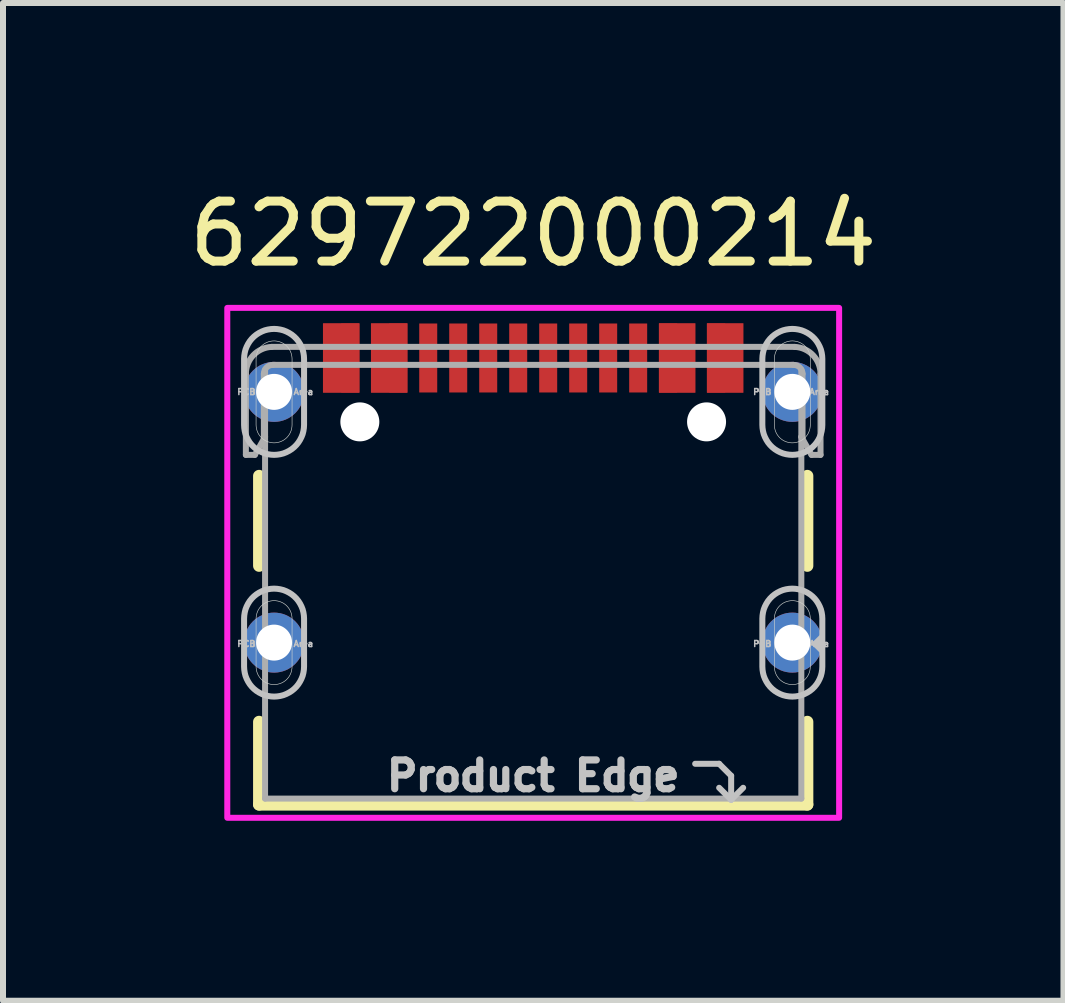
<source format=kicad_pcb>
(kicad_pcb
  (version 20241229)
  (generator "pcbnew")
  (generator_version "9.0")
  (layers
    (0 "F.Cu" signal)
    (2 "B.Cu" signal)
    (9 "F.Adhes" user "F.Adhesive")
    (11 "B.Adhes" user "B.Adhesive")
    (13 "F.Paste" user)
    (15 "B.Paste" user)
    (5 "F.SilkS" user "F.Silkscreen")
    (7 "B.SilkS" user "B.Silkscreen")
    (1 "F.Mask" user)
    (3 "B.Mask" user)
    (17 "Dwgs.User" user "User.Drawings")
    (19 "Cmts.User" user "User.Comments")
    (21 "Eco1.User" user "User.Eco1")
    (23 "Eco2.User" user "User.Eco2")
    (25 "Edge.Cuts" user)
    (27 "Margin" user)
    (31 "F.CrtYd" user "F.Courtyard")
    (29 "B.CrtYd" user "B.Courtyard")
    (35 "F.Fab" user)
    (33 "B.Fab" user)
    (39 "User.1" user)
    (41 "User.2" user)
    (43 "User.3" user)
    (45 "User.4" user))
  (footprint "629722000214"
    (layer "F.Cu")
    (at 5.839 7.663)
    (property "Reference" "629722000214" (at 0 -6.815 0) (layer "F.SilkS") (effects (font (size 1 1) (thickness 0.15))))
    (attr smd)
    (fp_poly (pts (xy -3.6 -5.42) (xy -3.6 -4.07) (xy -2.8 -4.07) (xy -2.8 -5.42)) (stroke (width 0.01) (type solid)) (fill yes) (layer "F.Mask"))
    (fp_poly (pts (xy -2.8 -5.42) (xy -2.8 -4.07) (xy -2 -4.07) (xy -2 -5.42)) (stroke (width 0.01) (type solid)) (fill yes) (layer "F.Mask"))
    (fp_poly (pts (xy 2 -5.42) (xy 2 -4.07) (xy 2.8 -4.07) (xy 2.8 -5.42)) (stroke (width 0.01) (type solid)) (fill yes) (layer "F.Mask"))
    (fp_poly (pts (xy 2.8 -5.42) (xy 2.8 -4.07) (xy 3.6 -4.07) (xy 3.6 -5.42)) (stroke (width 0.01) (type solid)) (fill yes) (layer "F.Mask"))
    (fp_poly (pts (xy -3.72 -3.63) (xy -3.723 -3.567) (xy -3.733 -3.505) (xy -3.749 -3.445) (xy -3.772 -3.386) (xy -3.8 -3.33) (xy -3.835 -3.277) (xy -3.874 -3.229) (xy -3.919 -3.184) (xy -3.967 -3.145) (xy -4.02 -3.11) (xy -4.076 -3.082) (xy -4.135 -3.059) (xy -4.195 -3.043) (xy -4.257 -3.033) (xy -4.32 -3.03) (xy -4.383 -3.033) (xy -4.445 -3.043) (xy -4.505 -3.059) (xy -4.564 -3.082) (xy -4.62 -3.11) (xy -4.673 -3.145) (xy -4.721 -3.184) (xy -4.766 -3.229) (xy -4.805 -3.277) (xy -4.84 -3.33) (xy -4.868 -3.386) (xy -4.891 -3.445) (xy -4.907 -3.505) (xy -4.917 -3.567) (xy -4.92 -3.63) (xy -4.92 -4.73) (xy -4.917 -4.793) (xy -4.907 -4.855) (xy -4.891 -4.915) (xy -4.868 -4.974) (xy -4.84 -5.03) (xy -4.805 -5.083) (xy -4.766 -5.131) (xy -4.721 -5.176) (xy -4.673 -5.215) (xy -4.62 -5.25) (xy -4.564 -5.278) (xy -4.505 -5.301) (xy -4.445 -5.317) (xy -4.383 -5.327) (xy -4.32 -5.33) (xy -4.257 -5.327) (xy -4.195 -5.317) (xy -4.135 -5.301) (xy -4.076 -5.278) (xy -4.02 -5.25) (xy -3.967 -5.215) (xy -3.919 -5.176) (xy -3.874 -5.131) (xy -3.835 -5.083) (xy -3.8 -5.03) (xy -3.772 -4.974) (xy -3.749 -4.915) (xy -3.733 -4.855) (xy -3.723 -4.793) (xy -3.72 -4.73) (xy -3.72 -3.63)) (stroke (width 0.1) (type solid)) (fill yes) (layer "F.Mask"))
    (fp_poly (pts (xy -3.72 0.4) (xy -3.723 0.463) (xy -3.733 0.525) (xy -3.749 0.585) (xy -3.772 0.644) (xy -3.8 0.7) (xy -3.835 0.753) (xy -3.874 0.801) (xy -3.919 0.846) (xy -3.967 0.885) (xy -4.02 0.92) (xy -4.076 0.948) (xy -4.135 0.971) (xy -4.195 0.987) (xy -4.257 0.997) (xy -4.32 1) (xy -4.383 0.997) (xy -4.445 0.987) (xy -4.505 0.971) (xy -4.564 0.948) (xy -4.62 0.92) (xy -4.673 0.885) (xy -4.721 0.846) (xy -4.766 0.801) (xy -4.805 0.753) (xy -4.84 0.7) (xy -4.868 0.644) (xy -4.891 0.585) (xy -4.907 0.525) (xy -4.917 0.463) (xy -4.92 0.4) (xy -4.92 -0.4) (xy -4.917 -0.463) (xy -4.907 -0.525) (xy -4.891 -0.585) (xy -4.868 -0.644) (xy -4.84 -0.7) (xy -4.805 -0.753) (xy -4.766 -0.801) (xy -4.721 -0.846) (xy -4.673 -0.885) (xy -4.62 -0.92) (xy -4.564 -0.948) (xy -4.505 -0.971) (xy -4.445 -0.987) (xy -4.383 -0.997) (xy -4.32 -1) (xy -4.257 -0.997) (xy -4.195 -0.987) (xy -4.135 -0.971) (xy -4.076 -0.948) (xy -4.02 -0.92) (xy -3.967 -0.885) (xy -3.919 -0.846) (xy -3.874 -0.801) (xy -3.835 -0.753) (xy -3.8 -0.7) (xy -3.772 -0.644) (xy -3.749 -0.585) (xy -3.733 -0.525) (xy -3.723 -0.463) (xy -3.72 -0.4) (xy -3.72 0.4)) (stroke (width 0.1) (type solid)) (fill yes) (layer "F.Mask"))
    (fp_poly (pts (xy 3.72 -3.63) (xy 3.723 -3.567) (xy 3.733 -3.505) (xy 3.749 -3.445) (xy 3.772 -3.386) (xy 3.8 -3.33) (xy 3.835 -3.277) (xy 3.874 -3.229) (xy 3.919 -3.184) (xy 3.967 -3.145) (xy 4.02 -3.11) (xy 4.076 -3.082) (xy 4.135 -3.059) (xy 4.195 -3.043) (xy 4.257 -3.033) (xy 4.32 -3.03) (xy 4.383 -3.033) (xy 4.445 -3.043) (xy 4.505 -3.059) (xy 4.564 -3.082) (xy 4.62 -3.11) (xy 4.673 -3.145) (xy 4.721 -3.184) (xy 4.766 -3.229) (xy 4.805 -3.277) (xy 4.84 -3.33) (xy 4.868 -3.386) (xy 4.891 -3.445) (xy 4.907 -3.505) (xy 4.917 -3.567) (xy 4.92 -3.63) (xy 4.92 -4.73) (xy 4.917 -4.793) (xy 4.907 -4.855) (xy 4.891 -4.915) (xy 4.868 -4.974) (xy 4.84 -5.03) (xy 4.805 -5.083) (xy 4.766 -5.131) (xy 4.721 -5.176) (xy 4.673 -5.215) (xy 4.62 -5.25) (xy 4.564 -5.278) (xy 4.505 -5.301) (xy 4.445 -5.317) (xy 4.383 -5.327) (xy 4.32 -5.33) (xy 4.257 -5.327) (xy 4.195 -5.317) (xy 4.135 -5.301) (xy 4.076 -5.278) (xy 4.02 -5.25) (xy 3.967 -5.215) (xy 3.919 -5.176) (xy 3.874 -5.131) (xy 3.835 -5.083) (xy 3.8 -5.03) (xy 3.772 -4.974) (xy 3.749 -4.915) (xy 3.733 -4.855) (xy 3.723 -4.793) (xy 3.72 -4.73) (xy 3.72 -3.63)) (stroke (width 0.1) (type solid)) (fill yes) (layer "F.Mask"))
    (fp_poly (pts (xy 3.72 0.4) (xy 3.723 0.463) (xy 3.733 0.525) (xy 3.749 0.585) (xy 3.772 0.644) (xy 3.8 0.7) (xy 3.835 0.753) (xy 3.874 0.801) (xy 3.919 0.846) (xy 3.967 0.885) (xy 4.02 0.92) (xy 4.076 0.948) (xy 4.135 0.971) (xy 4.195 0.987) (xy 4.257 0.997) (xy 4.32 1) (xy 4.383 0.997) (xy 4.445 0.987) (xy 4.505 0.971) (xy 4.564 0.948) (xy 4.62 0.92) (xy 4.673 0.885) (xy 4.721 0.846) (xy 4.766 0.801) (xy 4.805 0.753) (xy 4.84 0.7) (xy 4.868 0.644) (xy 4.891 0.585) (xy 4.907 0.525) (xy 4.917 0.463) (xy 4.92 0.4) (xy 4.92 -0.4) (xy 4.917 -0.463) (xy 4.907 -0.525) (xy 4.891 -0.585) (xy 4.868 -0.644) (xy 4.84 -0.7) (xy 4.805 -0.753) (xy 4.766 -0.801) (xy 4.721 -0.846) (xy 4.673 -0.885) (xy 4.62 -0.92) (xy 4.564 -0.948) (xy 4.505 -0.971) (xy 4.445 -0.987) (xy 4.383 -0.997) (xy 4.32 -1) (xy 4.257 -0.997) (xy 4.195 -0.987) (xy 4.135 -0.971) (xy 4.076 -0.948) (xy 4.02 -0.92) (xy 3.967 -0.885) (xy 3.919 -0.846) (xy 3.874 -0.801) (xy 3.835 -0.753) (xy 3.8 -0.7) (xy 3.772 -0.644) (xy 3.749 -0.585) (xy 3.733 -0.525) (xy 3.723 -0.463) (xy 3.72 -0.4) (xy 3.72 0.4)) (stroke (width 0.1) (type solid)) (fill yes) (layer "F.Mask"))
    (fp_poly (pts (xy -3.72 -3.63) (xy -3.723 -3.567) (xy -3.733 -3.505) (xy -3.749 -3.445) (xy -3.772 -3.386) (xy -3.8 -3.33) (xy -3.835 -3.277) (xy -3.874 -3.229) (xy -3.919 -3.184) (xy -3.967 -3.145) (xy -4.02 -3.11) (xy -4.076 -3.082) (xy -4.135 -3.059) (xy -4.195 -3.043) (xy -4.257 -3.033) (xy -4.32 -3.03) (xy -4.383 -3.033) (xy -4.445 -3.043) (xy -4.505 -3.059) (xy -4.564 -3.082) (xy -4.62 -3.11) (xy -4.673 -3.145) (xy -4.721 -3.184) (xy -4.766 -3.229) (xy -4.805 -3.277) (xy -4.84 -3.33) (xy -4.868 -3.386) (xy -4.891 -3.445) (xy -4.907 -3.505) (xy -4.917 -3.567) (xy -4.92 -3.63) (xy -4.92 -4.73) (xy -4.917 -4.793) (xy -4.907 -4.855) (xy -4.891 -4.915) (xy -4.868 -4.974) (xy -4.84 -5.03) (xy -4.805 -5.083) (xy -4.766 -5.131) (xy -4.721 -5.176) (xy -4.673 -5.215) (xy -4.62 -5.25) (xy -4.564 -5.278) (xy -4.505 -5.301) (xy -4.445 -5.317) (xy -4.383 -5.327) (xy -4.32 -5.33) (xy -4.257 -5.327) (xy -4.195 -5.317) (xy -4.135 -5.301) (xy -4.076 -5.278) (xy -4.02 -5.25) (xy -3.967 -5.215) (xy -3.919 -5.176) (xy -3.874 -5.131) (xy -3.835 -5.083) (xy -3.8 -5.03) (xy -3.772 -4.974) (xy -3.749 -4.915) (xy -3.733 -4.855) (xy -3.723 -4.793) (xy -3.72 -4.73) (xy -3.72 -3.63)) (stroke (width 0.1) (type solid)) (fill yes) (layer "B.Mask"))
    (fp_poly (pts (xy -3.72 0.4) (xy -3.723 0.463) (xy -3.733 0.525) (xy -3.749 0.585) (xy -3.772 0.644) (xy -3.8 0.7) (xy -3.835 0.753) (xy -3.874 0.801) (xy -3.919 0.846) (xy -3.967 0.885) (xy -4.02 0.92) (xy -4.076 0.948) (xy -4.135 0.971) (xy -4.195 0.987) (xy -4.257 0.997) (xy -4.32 1) (xy -4.383 0.997) (xy -4.445 0.987) (xy -4.505 0.971) (xy -4.564 0.948) (xy -4.62 0.92) (xy -4.673 0.885) (xy -4.721 0.846) (xy -4.766 0.801) (xy -4.805 0.753) (xy -4.84 0.7) (xy -4.868 0.644) (xy -4.891 0.585) (xy -4.907 0.525) (xy -4.917 0.463) (xy -4.92 0.4) (xy -4.92 -0.4) (xy -4.917 -0.463) (xy -4.907 -0.525) (xy -4.891 -0.585) (xy -4.868 -0.644) (xy -4.84 -0.7) (xy -4.805 -0.753) (xy -4.766 -0.801) (xy -4.721 -0.846) (xy -4.673 -0.885) (xy -4.62 -0.92) (xy -4.564 -0.948) (xy -4.505 -0.971) (xy -4.445 -0.987) (xy -4.383 -0.997) (xy -4.32 -1) (xy -4.257 -0.997) (xy -4.195 -0.987) (xy -4.135 -0.971) (xy -4.076 -0.948) (xy -4.02 -0.92) (xy -3.967 -0.885) (xy -3.919 -0.846) (xy -3.874 -0.801) (xy -3.835 -0.753) (xy -3.8 -0.7) (xy -3.772 -0.644) (xy -3.749 -0.585) (xy -3.733 -0.525) (xy -3.723 -0.463) (xy -3.72 -0.4) (xy -3.72 0.4)) (stroke (width 0.1) (type solid)) (fill yes) (layer "B.Mask"))
    (fp_poly (pts (xy 3.72 -3.63) (xy 3.723 -3.567) (xy 3.733 -3.505) (xy 3.749 -3.445) (xy 3.772 -3.386) (xy 3.8 -3.33) (xy 3.835 -3.277) (xy 3.874 -3.229) (xy 3.919 -3.184) (xy 3.967 -3.145) (xy 4.02 -3.11) (xy 4.076 -3.082) (xy 4.135 -3.059) (xy 4.195 -3.043) (xy 4.257 -3.033) (xy 4.32 -3.03) (xy 4.383 -3.033) (xy 4.445 -3.043) (xy 4.505 -3.059) (xy 4.564 -3.082) (xy 4.62 -3.11) (xy 4.673 -3.145) (xy 4.721 -3.184) (xy 4.766 -3.229) (xy 4.805 -3.277) (xy 4.84 -3.33) (xy 4.868 -3.386) (xy 4.891 -3.445) (xy 4.907 -3.505) (xy 4.917 -3.567) (xy 4.92 -3.63) (xy 4.92 -4.73) (xy 4.917 -4.793) (xy 4.907 -4.855) (xy 4.891 -4.915) (xy 4.868 -4.974) (xy 4.84 -5.03) (xy 4.805 -5.083) (xy 4.766 -5.131) (xy 4.721 -5.176) (xy 4.673 -5.215) (xy 4.62 -5.25) (xy 4.564 -5.278) (xy 4.505 -5.301) (xy 4.445 -5.317) (xy 4.383 -5.327) (xy 4.32 -5.33) (xy 4.257 -5.327) (xy 4.195 -5.317) (xy 4.135 -5.301) (xy 4.076 -5.278) (xy 4.02 -5.25) (xy 3.967 -5.215) (xy 3.919 -5.176) (xy 3.874 -5.131) (xy 3.835 -5.083) (xy 3.8 -5.03) (xy 3.772 -4.974) (xy 3.749 -4.915) (xy 3.733 -4.855) (xy 3.723 -4.793) (xy 3.72 -4.73) (xy 3.72 -3.63)) (stroke (width 0.1) (type solid)) (fill yes) (layer "B.Mask"))
    (fp_poly (pts (xy 3.72 0.4) (xy 3.723 0.463) (xy 3.733 0.525) (xy 3.749 0.585) (xy 3.772 0.644) (xy 3.8 0.7) (xy 3.835 0.753) (xy 3.874 0.801) (xy 3.919 0.846) (xy 3.967 0.885) (xy 4.02 0.92) (xy 4.076 0.948) (xy 4.135 0.971) (xy 4.195 0.987) (xy 4.257 0.997) (xy 4.32 1) (xy 4.383 0.997) (xy 4.445 0.987) (xy 4.505 0.971) (xy 4.564 0.948) (xy 4.62 0.92) (xy 4.673 0.885) (xy 4.721 0.846) (xy 4.766 0.801) (xy 4.805 0.753) (xy 4.84 0.7) (xy 4.868 0.644) (xy 4.891 0.585) (xy 4.907 0.525) (xy 4.917 0.463) (xy 4.92 0.4) (xy 4.92 -0.4) (xy 4.917 -0.463) (xy 4.907 -0.525) (xy 4.891 -0.585) (xy 4.868 -0.644) (xy 4.84 -0.7) (xy 4.805 -0.753) (xy 4.766 -0.801) (xy 4.721 -0.846) (xy 4.673 -0.885) (xy 4.62 -0.92) (xy 4.564 -0.948) (xy 4.505 -0.971) (xy 4.445 -0.987) (xy 4.383 -0.997) (xy 4.32 -1) (xy 4.257 -0.997) (xy 4.195 -0.987) (xy 4.135 -0.971) (xy 4.076 -0.948) (xy 4.02 -0.92) (xy 3.967 -0.885) (xy 3.919 -0.846) (xy 3.874 -0.801) (xy 3.835 -0.753) (xy 3.8 -0.7) (xy 3.772 -0.644) (xy 3.749 -0.585) (xy 3.733 -0.525) (xy 3.723 -0.463) (xy 3.72 -0.4) (xy 3.72 0.4)) (stroke (width 0.1) (type solid)) (fill yes) (layer "B.Mask"))
    (fp_line (start -4.57 -2.78) (end -4.57 -1.28) (stroke (width 0.2) (type solid)) (layer "F.SilkS"))
    (fp_line (start -4.57 1.32) (end -4.57 2.7) (stroke (width 0.2) (type solid)) (layer "F.SilkS"))
    (fp_line (start -4.57 2.7) (end 4.57 2.7) (stroke (width 0.2) (type solid)) (layer "F.SilkS"))
    (fp_line (start 4.57 -1.28) (end 4.57 -2.78) (stroke (width 0.2) (type solid)) (layer "F.SilkS"))
    (fp_line (start 4.57 2.7) (end 4.57 1.32) (stroke (width 0.2) (type solid)) (layer "F.SilkS"))
    (fp_poly (pts (xy -3.5 -5.32) (xy -3.5 -4.17) (xy -2.9 -4.17) (xy -2.9 -5.32)) (stroke (width 0.01) (type solid)) (fill yes) (layer "F.Paste"))
    (fp_poly (pts (xy -2.7 -5.32) (xy -2.7 -4.17) (xy -2.1 -4.17) (xy -2.1 -5.32)) (stroke (width 0.01) (type solid)) (fill yes) (layer "F.Paste"))
    (fp_poly (pts (xy 2.1 -5.32) (xy 2.1 -4.17) (xy 2.7 -4.17) (xy 2.7 -5.32)) (stroke (width 0.01) (type solid)) (fill yes) (layer "F.Paste"))
    (fp_poly (pts (xy 2.9 -5.32) (xy 2.9 -4.17) (xy 3.5 -4.17) (xy 3.5 -5.32)) (stroke (width 0.01) (type solid)) (fill yes) (layer "F.Paste"))
    (fp_line (start 2.7 2.02) (end 3.1 2.02) (stroke (width 0.1) (type solid)) (layer "Dwgs.User"))
    (fp_line (start 3.1 2.02) (end 3.3 2.22) (stroke (width 0.1) (type solid)) (layer "Dwgs.User"))
    (fp_line (start 3.3 2.22) (end 3.3 2.62) (stroke (width 0.1) (type solid)) (layer "Dwgs.User"))
    (fp_line (start 3.3 2.62) (end 3.1 2.42) (stroke (width 0.1) (type solid)) (layer "Dwgs.User"))
    (fp_line (start 3.3 2.62) (end 3.5 2.42) (stroke (width 0.1) (type solid)) (layer "Dwgs.User"))
    (fp_line (start 4.7 0.02) (end 4.8 -0.08) (stroke (width 0.1) (type solid)) (layer "Dwgs.User"))
    (fp_line (start 4.7 0.02) (end 4.8 0.12) (stroke (width 0.1) (type solid)) (layer "Dwgs.User"))
    (fp_poly (pts (xy -3.82 -3.63) (xy -3.823 -3.578) (xy -3.831 -3.526) (xy -3.844 -3.475) (xy -3.863 -3.427) (xy -3.887 -3.38) (xy -3.915 -3.336) (xy -3.948 -3.295) (xy -3.985 -3.258) (xy -4.026 -3.225) (xy -4.07 -3.197) (xy -4.117 -3.173) (xy -4.165 -3.154) (xy -4.216 -3.141) (xy -4.268 -3.133) (xy -4.32 -3.13) (xy -4.372 -3.133) (xy -4.424 -3.141) (xy -4.475 -3.154) (xy -4.523 -3.173) (xy -4.57 -3.197) (xy -4.614 -3.225) (xy -4.655 -3.258) (xy -4.692 -3.295) (xy -4.725 -3.336) (xy -4.753 -3.38) (xy -4.777 -3.427) (xy -4.796 -3.475) (xy -4.809 -3.526) (xy -4.817 -3.578) (xy -4.82 -3.63) (xy -4.82 -4.73) (xy -4.817 -4.782) (xy -4.809 -4.834) (xy -4.796 -4.885) (xy -4.777 -4.933) (xy -4.753 -4.98) (xy -4.725 -5.024) (xy -4.692 -5.065) (xy -4.655 -5.102) (xy -4.614 -5.135) (xy -4.57 -5.163) (xy -4.523 -5.187) (xy -4.475 -5.206) (xy -4.424 -5.219) (xy -4.372 -5.227) (xy -4.32 -5.23) (xy -4.268 -5.227) (xy -4.216 -5.219) (xy -4.165 -5.206) (xy -4.117 -5.187) (xy -4.07 -5.163) (xy -4.026 -5.135) (xy -3.985 -5.102) (xy -3.948 -5.065) (xy -3.915 -5.024) (xy -3.887 -4.98) (xy -3.863 -4.933) (xy -3.844 -4.885) (xy -3.831 -4.834) (xy -3.823 -4.782) (xy -3.82 -4.73) (xy -3.82 -3.63)) (stroke (width 0.1) (type solid)) (fill no) (layer "Dwgs.User"))
    (fp_poly (pts (xy -3.82 0.4) (xy -3.823 0.452) (xy -3.831 0.504) (xy -3.844 0.555) (xy -3.863 0.603) (xy -3.887 0.65) (xy -3.915 0.694) (xy -3.948 0.735) (xy -3.985 0.772) (xy -4.026 0.805) (xy -4.07 0.833) (xy -4.117 0.857) (xy -4.165 0.876) (xy -4.216 0.889) (xy -4.268 0.897) (xy -4.32 0.9) (xy -4.372 0.897) (xy -4.424 0.889) (xy -4.475 0.876) (xy -4.523 0.857) (xy -4.57 0.833) (xy -4.614 0.805) (xy -4.655 0.772) (xy -4.692 0.735) (xy -4.725 0.694) (xy -4.753 0.65) (xy -4.777 0.603) (xy -4.796 0.555) (xy -4.809 0.504) (xy -4.817 0.452) (xy -4.82 0.4) (xy -4.82 -0.4) (xy -4.817 -0.452) (xy -4.809 -0.504) (xy -4.796 -0.555) (xy -4.777 -0.603) (xy -4.753 -0.65) (xy -4.725 -0.694) (xy -4.692 -0.735) (xy -4.655 -0.772) (xy -4.614 -0.805) (xy -4.57 -0.833) (xy -4.523 -0.857) (xy -4.475 -0.876) (xy -4.424 -0.889) (xy -4.372 -0.897) (xy -4.32 -0.9) (xy -4.268 -0.897) (xy -4.216 -0.889) (xy -4.165 -0.876) (xy -4.117 -0.857) (xy -4.07 -0.833) (xy -4.026 -0.805) (xy -3.985 -0.772) (xy -3.948 -0.735) (xy -3.915 -0.694) (xy -3.887 -0.65) (xy -3.863 -0.603) (xy -3.844 -0.555) (xy -3.831 -0.504) (xy -3.823 -0.452) (xy -3.82 -0.4) (xy -3.82 0.4)) (stroke (width 0.1) (type solid)) (fill no) (layer "Dwgs.User"))
    (fp_poly (pts (xy 3.82 -3.63) (xy 3.823 -3.578) (xy 3.831 -3.526) (xy 3.844 -3.475) (xy 3.863 -3.427) (xy 3.887 -3.38) (xy 3.915 -3.336) (xy 3.948 -3.295) (xy 3.985 -3.258) (xy 4.026 -3.225) (xy 4.07 -3.197) (xy 4.117 -3.173) (xy 4.165 -3.154) (xy 4.216 -3.141) (xy 4.268 -3.133) (xy 4.32 -3.13) (xy 4.372 -3.133) (xy 4.424 -3.141) (xy 4.475 -3.154) (xy 4.523 -3.173) (xy 4.57 -3.197) (xy 4.614 -3.225) (xy 4.655 -3.258) (xy 4.692 -3.295) (xy 4.725 -3.336) (xy 4.753 -3.38) (xy 4.777 -3.427) (xy 4.796 -3.475) (xy 4.809 -3.526) (xy 4.817 -3.578) (xy 4.82 -3.63) (xy 4.82 -4.73) (xy 4.817 -4.782) (xy 4.809 -4.834) (xy 4.796 -4.885) (xy 4.777 -4.933) (xy 4.753 -4.98) (xy 4.725 -5.024) (xy 4.692 -5.065) (xy 4.655 -5.102) (xy 4.614 -5.135) (xy 4.57 -5.163) (xy 4.523 -5.187) (xy 4.475 -5.206) (xy 4.424 -5.219) (xy 4.372 -5.227) (xy 4.32 -5.23) (xy 4.268 -5.227) (xy 4.216 -5.219) (xy 4.165 -5.206) (xy 4.117 -5.187) (xy 4.07 -5.163) (xy 4.026 -5.135) (xy 3.985 -5.102) (xy 3.948 -5.065) (xy 3.915 -5.024) (xy 3.887 -4.98) (xy 3.863 -4.933) (xy 3.844 -4.885) (xy 3.831 -4.834) (xy 3.823 -4.782) (xy 3.82 -4.73) (xy 3.82 -3.63)) (stroke (width 0.1) (type solid)) (fill no) (layer "Dwgs.User"))
    (fp_poly (pts (xy 3.82 0.4) (xy 3.823 0.452) (xy 3.831 0.504) (xy 3.844 0.555) (xy 3.863 0.603) (xy 3.887 0.65) (xy 3.915 0.694) (xy 3.948 0.735) (xy 3.985 0.772) (xy 4.026 0.805) (xy 4.07 0.833) (xy 4.117 0.857) (xy 4.165 0.876) (xy 4.216 0.889) (xy 4.268 0.897) (xy 4.32 0.9) (xy 4.372 0.897) (xy 4.424 0.889) (xy 4.475 0.876) (xy 4.523 0.857) (xy 4.57 0.833) (xy 4.614 0.805) (xy 4.655 0.772) (xy 4.692 0.735) (xy 4.725 0.694) (xy 4.753 0.65) (xy 4.777 0.603) (xy 4.796 0.555) (xy 4.809 0.504) (xy 4.817 0.452) (xy 4.82 0.4) (xy 4.82 -0.4) (xy 4.817 -0.452) (xy 4.809 -0.504) (xy 4.796 -0.555) (xy 4.777 -0.603) (xy 4.753 -0.65) (xy 4.725 -0.694) (xy 4.692 -0.735) (xy 4.655 -0.772) (xy 4.614 -0.805) (xy 4.57 -0.833) (xy 4.523 -0.857) (xy 4.475 -0.876) (xy 4.424 -0.889) (xy 4.372 -0.897) (xy 4.32 -0.9) (xy 4.268 -0.897) (xy 4.216 -0.889) (xy 4.165 -0.876) (xy 4.117 -0.857) (xy 4.07 -0.833) (xy 4.026 -0.805) (xy 3.985 -0.772) (xy 3.948 -0.735) (xy 3.915 -0.694) (xy 3.887 -0.65) (xy 3.863 -0.603) (xy 3.844 -0.555) (xy 3.831 -0.504) (xy 3.823 -0.452) (xy 3.82 -0.4) (xy 3.82 0.4)) (stroke (width 0.1) (type solid)) (fill no) (layer "Dwgs.User"))
    (fp_poly (pts (xy -4.02 -3.63) (xy -4.022 -3.599) (xy -4.027 -3.568) (xy -4.035 -3.537) (xy -4.046 -3.508) (xy -4.06 -3.48) (xy -4.077 -3.454) (xy -4.097 -3.429) (xy -4.119 -3.407) (xy -4.144 -3.387) (xy -4.17 -3.37) (xy -4.198 -3.356) (xy -4.227 -3.345) (xy -4.258 -3.337) (xy -4.289 -3.332) (xy -4.32 -3.33) (xy -4.351 -3.332) (xy -4.382 -3.337) (xy -4.413 -3.345) (xy -4.442 -3.356) (xy -4.47 -3.37) (xy -4.496 -3.387) (xy -4.521 -3.407) (xy -4.543 -3.429) (xy -4.563 -3.454) (xy -4.58 -3.48) (xy -4.594 -3.508) (xy -4.605 -3.537) (xy -4.613 -3.568) (xy -4.618 -3.599) (xy -4.62 -3.63) (xy -4.62 -4.73) (xy -4.618 -4.761) (xy -4.613 -4.792) (xy -4.605 -4.823) (xy -4.594 -4.852) (xy -4.58 -4.88) (xy -4.563 -4.906) (xy -4.543 -4.931) (xy -4.521 -4.953) (xy -4.496 -4.973) (xy -4.47 -4.99) (xy -4.442 -5.004) (xy -4.413 -5.015) (xy -4.382 -5.023) (xy -4.351 -5.028) (xy -4.32 -5.03) (xy -4.289 -5.028) (xy -4.258 -5.023) (xy -4.227 -5.015) (xy -4.198 -5.004) (xy -4.17 -4.99) (xy -4.144 -4.973) (xy -4.119 -4.953) (xy -4.097 -4.931) (xy -4.077 -4.906) (xy -4.06 -4.88) (xy -4.046 -4.852) (xy -4.035 -4.823) (xy -4.027 -4.792) (xy -4.022 -4.761) (xy -4.02 -4.73) (xy -4.02 -3.63)) (stroke (width 0.01) (type solid)) (fill no) (layer "Edge.Cuts"))
    (fp_poly (pts (xy -4.02 0.4) (xy -4.022 0.431) (xy -4.027 0.462) (xy -4.035 0.493) (xy -4.046 0.522) (xy -4.06 0.55) (xy -4.077 0.576) (xy -4.097 0.601) (xy -4.119 0.623) (xy -4.144 0.643) (xy -4.17 0.66) (xy -4.198 0.674) (xy -4.227 0.685) (xy -4.258 0.693) (xy -4.289 0.698) (xy -4.32 0.7) (xy -4.351 0.698) (xy -4.382 0.693) (xy -4.413 0.685) (xy -4.442 0.674) (xy -4.47 0.66) (xy -4.496 0.643) (xy -4.521 0.623) (xy -4.543 0.601) (xy -4.563 0.576) (xy -4.58 0.55) (xy -4.594 0.522) (xy -4.605 0.493) (xy -4.613 0.462) (xy -4.618 0.431) (xy -4.62 0.4) (xy -4.62 -0.4) (xy -4.618 -0.431) (xy -4.613 -0.462) (xy -4.605 -0.493) (xy -4.594 -0.522) (xy -4.58 -0.55) (xy -4.563 -0.576) (xy -4.543 -0.601) (xy -4.521 -0.623) (xy -4.496 -0.643) (xy -4.47 -0.66) (xy -4.442 -0.674) (xy -4.413 -0.685) (xy -4.382 -0.693) (xy -4.351 -0.698) (xy -4.32 -0.7) (xy -4.289 -0.698) (xy -4.258 -0.693) (xy -4.227 -0.685) (xy -4.198 -0.674) (xy -4.17 -0.66) (xy -4.144 -0.643) (xy -4.119 -0.623) (xy -4.097 -0.601) (xy -4.077 -0.576) (xy -4.06 -0.55) (xy -4.046 -0.522) (xy -4.035 -0.493) (xy -4.027 -0.462) (xy -4.022 -0.431) (xy -4.02 -0.4) (xy -4.02 0.4)) (stroke (width 0.01) (type solid)) (fill no) (layer "Edge.Cuts"))
    (fp_poly (pts (xy 4.02 -3.63) (xy 4.022 -3.599) (xy 4.027 -3.568) (xy 4.035 -3.537) (xy 4.046 -3.508) (xy 4.06 -3.48) (xy 4.077 -3.454) (xy 4.097 -3.429) (xy 4.119 -3.407) (xy 4.144 -3.387) (xy 4.17 -3.37) (xy 4.198 -3.356) (xy 4.227 -3.345) (xy 4.258 -3.337) (xy 4.289 -3.332) (xy 4.32 -3.33) (xy 4.351 -3.332) (xy 4.382 -3.337) (xy 4.413 -3.345) (xy 4.442 -3.356) (xy 4.47 -3.37) (xy 4.496 -3.387) (xy 4.521 -3.407) (xy 4.543 -3.429) (xy 4.563 -3.454) (xy 4.58 -3.48) (xy 4.594 -3.508) (xy 4.605 -3.537) (xy 4.613 -3.568) (xy 4.618 -3.599) (xy 4.62 -3.63) (xy 4.62 -4.73) (xy 4.618 -4.761) (xy 4.613 -4.792) (xy 4.605 -4.823) (xy 4.594 -4.852) (xy 4.58 -4.88) (xy 4.563 -4.906) (xy 4.543 -4.931) (xy 4.521 -4.953) (xy 4.496 -4.973) (xy 4.47 -4.99) (xy 4.442 -5.004) (xy 4.413 -5.015) (xy 4.382 -5.023) (xy 4.351 -5.028) (xy 4.32 -5.03) (xy 4.289 -5.028) (xy 4.258 -5.023) (xy 4.227 -5.015) (xy 4.198 -5.004) (xy 4.17 -4.99) (xy 4.144 -4.973) (xy 4.119 -4.953) (xy 4.097 -4.931) (xy 4.077 -4.906) (xy 4.06 -4.88) (xy 4.046 -4.852) (xy 4.035 -4.823) (xy 4.027 -4.792) (xy 4.022 -4.761) (xy 4.02 -4.73) (xy 4.02 -3.63)) (stroke (width 0.01) (type solid)) (fill no) (layer "Edge.Cuts"))
    (fp_poly (pts (xy 4.02 0.4) (xy 4.022 0.431) (xy 4.027 0.462) (xy 4.035 0.493) (xy 4.046 0.522) (xy 4.06 0.55) (xy 4.077 0.576) (xy 4.097 0.601) (xy 4.119 0.623) (xy 4.144 0.643) (xy 4.17 0.66) (xy 4.198 0.674) (xy 4.227 0.685) (xy 4.258 0.693) (xy 4.289 0.698) (xy 4.32 0.7) (xy 4.351 0.698) (xy 4.382 0.693) (xy 4.413 0.685) (xy 4.442 0.674) (xy 4.47 0.66) (xy 4.496 0.643) (xy 4.521 0.623) (xy 4.543 0.601) (xy 4.563 0.576) (xy 4.58 0.55) (xy 4.594 0.522) (xy 4.605 0.493) (xy 4.613 0.462) (xy 4.618 0.431) (xy 4.62 0.4) (xy 4.62 -0.4) (xy 4.618 -0.431) (xy 4.613 -0.462) (xy 4.605 -0.493) (xy 4.594 -0.522) (xy 4.58 -0.55) (xy 4.563 -0.576) (xy 4.543 -0.601) (xy 4.521 -0.623) (xy 4.496 -0.643) (xy 4.47 -0.66) (xy 4.442 -0.674) (xy 4.413 -0.685) (xy 4.382 -0.693) (xy 4.351 -0.698) (xy 4.32 -0.7) (xy 4.289 -0.698) (xy 4.258 -0.693) (xy 4.227 -0.685) (xy 4.198 -0.674) (xy 4.17 -0.66) (xy 4.144 -0.643) (xy 4.119 -0.623) (xy 4.097 -0.601) (xy 4.077 -0.576) (xy 4.06 -0.55) (xy 4.046 -0.522) (xy 4.035 -0.493) (xy 4.027 -0.462) (xy 4.022 -0.431) (xy 4.02 -0.4) (xy 4.02 0.4)) (stroke (width 0.01) (type solid)) (fill no) (layer "Edge.Cuts"))
    (fp_poly (pts (xy -5.1 -5.58) (xy -5.1 2.92) (xy 5.1 2.92) (xy 5.1 -5.58)) (stroke (width 0.1) (type solid)) (fill no) (layer "F.CrtYd"))
    (fp_line (start -4.79 -4.48) (end -4.79 -3.13) (stroke (width 0.1) (type solid)) (layer "F.Fab"))
    (fp_line (start -4.79 -3.13) (end -4.64 -3.13) (stroke (width 0.1) (type solid)) (layer "F.Fab"))
    (fp_line (start -4.64 -3.13) (end -4.47 -3.43) (stroke (width 0.1) (type solid)) (layer "F.Fab"))
    (fp_line (start -4.49 -4.48) (end -4.49 -3.395) (stroke (width 0.1) (type solid)) (layer "F.Fab"))
    (fp_line (start -4.47 -4.55) (end -4.47 -3.43) (stroke (width 0.1) (type solid)) (layer "F.Fab"))
    (fp_line (start -4.47 -3.43) (end -4.47 2.6) (stroke (width 0.1) (type solid)) (layer "F.Fab"))
    (fp_line (start -4.47 2.6) (end 4.47 2.6) (stroke (width 0.1) (type solid)) (layer "F.Fab"))
    (fp_line (start -4.34 -4.63) (end 4.34 -4.63) (stroke (width 0.1) (type solid)) (layer "F.Fab"))
    (fp_line (start 4.36 -4.93) (end -4.36 -4.93) (stroke (width 0.1) (type solid)) (layer "F.Fab"))
    (fp_line (start 4.47 -4.55) (end 4.47 -3.43) (stroke (width 0.1) (type solid)) (layer "F.Fab"))
    (fp_line (start 4.47 -3.43) (end 4.47 2.6) (stroke (width 0.1) (type solid)) (layer "F.Fab"))
    (fp_line (start 4.49 -4.48) (end 4.49 -3.395) (stroke (width 0.1) (type solid)) (layer "F.Fab"))
    (fp_line (start 4.64 -3.13) (end 4.47 -3.43) (stroke (width 0.1) (type solid)) (layer "F.Fab"))
    (fp_line (start 4.79 -4.48) (end 4.79 -3.13) (stroke (width 0.1) (type solid)) (layer "F.Fab"))
    (fp_line (start 4.79 -3.13) (end 4.64 -3.13) (stroke (width 0.1) (type solid)) (layer "F.Fab"))
    (fp_arc (start -4.79 -4.48) (mid -4.665284 -4.791272) (end -4.36 -4.93) (stroke (width 0.1) (type solid)) (layer "F.Fab"))
    (fp_arc (start -4.49 -4.48) (mid -4.446066 -4.586066) (end -4.34 -4.63) (stroke (width 0.1) (type solid)) (layer "F.Fab"))
    (fp_arc (start 4.34 -4.63) (mid 4.446066 -4.586066) (end 4.49 -4.48) (stroke (width 0.1) (type solid)) (layer "F.Fab"))
    (fp_arc (start 4.36 -4.93) (mid 4.665284 -4.791272) (end 4.79 -4.48) (stroke (width 0.1) (type solid)) (layer "F.Fab"))
    (fp_text user "PCB Cutout Area" (at 4.3 0.02 0) (layer "Dwgs.User") (effects (font (size 0.1 0.1) (thickness 0.15))))
    (fp_text user "Product Edge" (at 0 2.22 0) (layer "Dwgs.User") (effects (font (size 0.48 0.48) (thickness 0.15))))
    (fp_text user "PCB Cutout Area" (at -4.3 -4.18 0) (layer "Dwgs.User") (effects (font (size 0.1 0.1) (thickness 0.15))))
    (fp_text user "PCB Cutout Area" (at 4.3 -4.18 0) (layer "Dwgs.User") (effects (font (size 0.1 0.1) (thickness 0.15))))
    (fp_text user "PCB Cutout Area" (at -4.3 0.02 0) (layer "Dwgs.User") (effects (font (size 0.1 0.1) (thickness 0.15))))
    (fp_text user "PCB Cutout Area" (at 4.3 -4.18 0) (layer "Edge.Cuts") (effects (font (size 0.1 0.1) (thickness 0.15))))
    (fp_text user "PCB Cutout Area" (at -4.3 0.02 0) (layer "Edge.Cuts") (effects (font (size 0.1 0.1) (thickness 0.15))))
    (fp_text user "PCB Cutout Area" (at -4.3 -4.18 0) (layer "Edge.Cuts") (effects (font (size 0.1 0.1) (thickness 0.15))))
    (fp_text user "PCB Cutout Area" (at 4.3 0.02 0) (layer "Edge.Cuts") (effects (font (size 0.1 0.1) (thickness 0.15))))
    (pad "" np_thru_hole circle (at -2.89 -3.68) (size 0.65 0.65) (drill 0.65) (layers "*.Cu" "*.Mask"))
    (pad "" np_thru_hole circle (at 2.89 -3.68) (size 0.65 0.65) (drill 0.65) (layers "*.Cu" "*.Mask"))
    (pad "A1" smd custom (at -3.35 -4.745) (size 0.3 1.15) (layers "F.Cu") (options (anchor rect)) (primitives (gr_poly (pts (xy -0.15 -0.575) (xy -0.15 0.575) (xy 0.45 0.575) (xy 0.45 -0.575)) (width 0.01) (fill yes))))
    (pad "A4" smd custom (at -2.55 -4.745) (size 0.3 1.15) (layers "F.Cu") (options (anchor rect)) (primitives (gr_poly (pts (xy -0.15 -0.575) (xy -0.15 0.575) (xy 0.45 0.575) (xy 0.45 -0.575)) (width 0.01) (fill yes))))
    (pad "A5" smd rect (at -1.25 -4.745) (size 0.3 1.15) (layers "F.Cu" "F.Mask" "F.Paste"))
    (pad "A6" smd rect (at -0.25 -4.745) (size 0.3 1.15) (layers "F.Cu" "F.Mask" "F.Paste"))
    (pad "A7" smd rect (at 0.25 -4.745) (size 0.3 1.15) (layers "F.Cu" "F.Mask" "F.Paste"))
    (pad "A8" smd rect (at 1.25 -4.745) (size 0.3 1.15) (layers "F.Cu" "F.Mask" "F.Paste"))
    (pad "A9" smd custom (at 2.55 -4.745) (size 0.3 1.15) (layers "F.Cu") (options (anchor rect)) (primitives (gr_poly (pts (xy -0.45 -0.575) (xy -0.45 0.575) (xy 0.15 0.575) (xy 0.15 -0.575)) (width 0.01) (fill yes))))
    (pad "A12" smd custom (at 3.35 -4.745) (size 0.3 1.15) (layers "F.Cu") (options (anchor rect)) (primitives (gr_poly (pts (xy -0.45 -0.575) (xy -0.45 0.575) (xy 0.15 0.575) (xy 0.15 -0.575)) (width 0.01) (fill yes))))
    (pad "B1" smd rect (at 3.05 -4.745) (size 0.3 1.15) (layers "F.Cu"))
    (pad "B4" smd rect (at 2.25 -4.745) (size 0.3 1.15) (layers "F.Cu"))
    (pad "B5" smd rect (at 1.75 -4.745) (size 0.3 1.15) (layers "F.Cu" "F.Mask" "F.Paste"))
    (pad "B6" smd rect (at 0.75 -4.745) (size 0.3 1.15) (layers "F.Cu" "F.Mask" "F.Paste"))
    (pad "B7" smd rect (at -0.75 -4.745) (size 0.3 1.15) (layers "F.Cu" "F.Mask" "F.Paste"))
    (pad "B8" smd rect (at -1.75 -4.745) (size 0.3 1.15) (layers "F.Cu" "F.Mask" "F.Paste"))
    (pad "B9" smd rect (at -2.25 -4.745) (size 0.3 1.15) (layers "F.Cu"))
    (pad "B12" smd rect (at -3.05 -4.745) (size 0.3 1.15) (layers "F.Cu"))
    (pad "S1" thru_hole circle (at -4.32 -4.18) (size 1 1) (drill 0.6) (layers "*.Cu"))
    (pad "S2" thru_hole circle (at 4.32 -4.18) (size 1 1) (drill 0.6) (layers "*.Cu"))
    (pad "S3" thru_hole circle (at -4.32 0) (size 1 1) (drill 0.6) (layers "*.Cu"))
    (pad "S4" thru_hole circle (at 4.32 0) (size 1 1) (drill 0.6) (layers "*.Cu")))
  (gr_rect
    (start -3 -3)
    (end 14.679 13.633)
    (stroke (width 0.1) (type default))
    (fill no)
    (layer "Edge.Cuts")))
</source>
